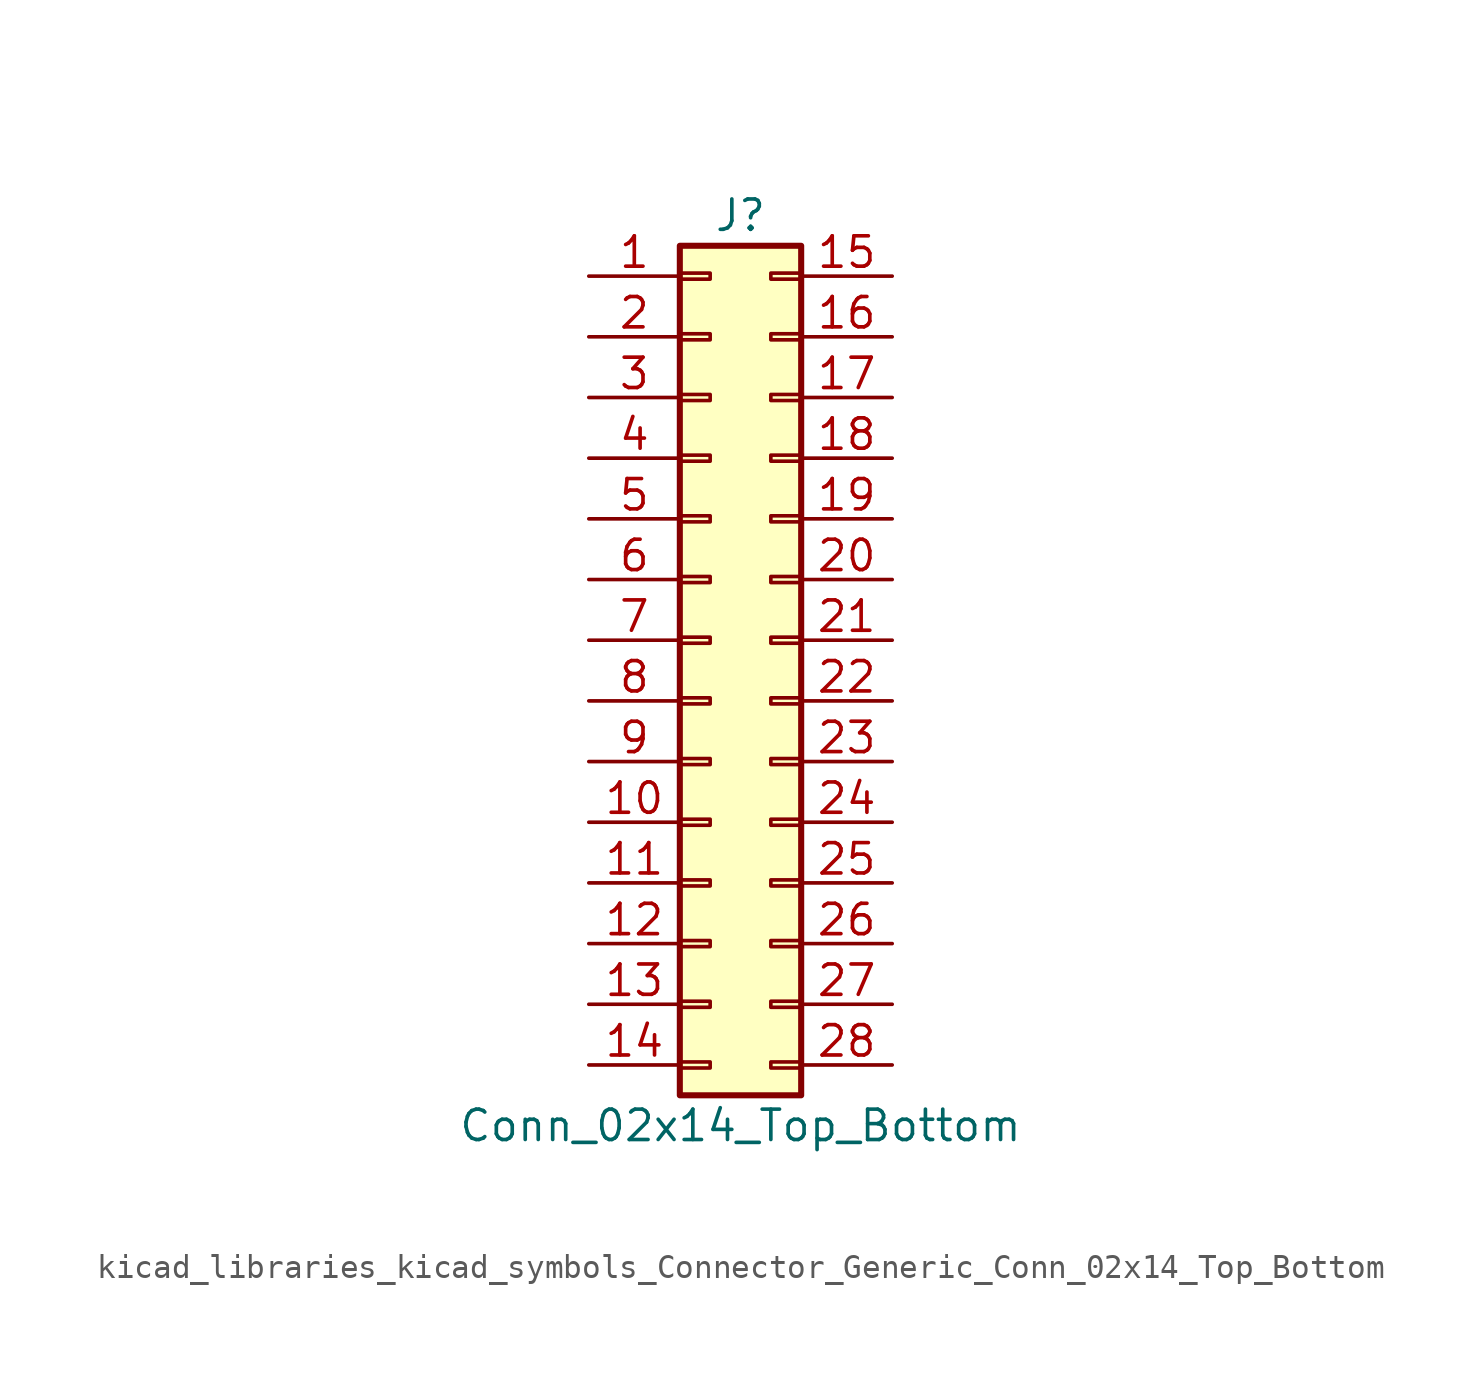
<source format=kicad_sym>
(kicad_symbol_lib
  (version 20220914)
  (generator kicad_symbol_editor)
  (symbol "kicad_libraries_kicad_symbols_Connector_Generic_Conn_02x14_Top_Bottom"
    (pin_names
      (offset 1.016) hide)
    (property "Reference" "J"
      (at 1.27 17.78 0)
      (effects (font (size 1.27 1.27))))
    (property "Value" "Conn_02x14_Top_Bottom"
      (at 1.27 -20.32 0)
      (effects (font (size 1.27 1.27))))
    (symbol "kicad_libraries_kicad_symbols_Connector_Generic_Conn_02x14_Top_Bottom_1_1"
      (rectangle (start -1.27 -17.653) (end 0 -17.907) (stroke (width 0.152) (type default)) (fill (type none)))
      (rectangle (start -1.27 -15.113) (end 0 -15.367) (stroke (width 0.152) (type default)) (fill (type none)))
      (rectangle (start -1.27 -12.573) (end 0 -12.827) (stroke (width 0.152) (type default)) (fill (type none)))
      (rectangle (start -1.27 -10.033) (end 0 -10.287) (stroke (width 0.152) (type default)) (fill (type none)))
      (rectangle (start -1.27 -7.493) (end 0 -7.747) (stroke (width 0.152) (type default)) (fill (type none)))
      (rectangle (start -1.27 -4.953) (end 0 -5.207) (stroke (width 0.152) (type default)) (fill (type none)))
      (rectangle (start -1.27 -2.413) (end 0 -2.667) (stroke (width 0.152) (type default)) (fill (type none)))
      (rectangle (start -1.27 0.127) (end 0 -0.127) (stroke (width 0.152) (type default)) (fill (type none)))
      (rectangle (start -1.27 2.667) (end 0 2.413) (stroke (width 0.152) (type default)) (fill (type none)))
      (rectangle (start -1.27 5.207) (end 0 4.953) (stroke (width 0.152) (type default)) (fill (type none)))
      (rectangle (start -1.27 7.747) (end 0 7.493) (stroke (width 0.152) (type default)) (fill (type none)))
      (rectangle (start -1.27 10.287) (end 0 10.033) (stroke (width 0.152) (type default)) (fill (type none)))
      (rectangle (start -1.27 12.827) (end 0 12.573) (stroke (width 0.152) (type default)) (fill (type none)))
      (rectangle (start -1.27 15.367) (end 0 15.113) (stroke (width 0.152) (type default)) (fill (type none)))
      (rectangle (start -1.27 16.51) (end 3.81 -19.05) (stroke (width 0.254) (type default)) (fill (type background)))
      (rectangle (start 3.81 -17.653) (end 2.54 -17.907) (stroke (width 0.152) (type default)) (fill (type none)))
      (rectangle (start 3.81 -15.113) (end 2.54 -15.367) (stroke (width 0.152) (type default)) (fill (type none)))
      (rectangle (start 3.81 -12.573) (end 2.54 -12.827) (stroke (width 0.152) (type default)) (fill (type none)))
      (rectangle (start 3.81 -10.033) (end 2.54 -10.287) (stroke (width 0.152) (type default)) (fill (type none)))
      (rectangle (start 3.81 -7.493) (end 2.54 -7.747) (stroke (width 0.152) (type default)) (fill (type none)))
      (rectangle (start 3.81 -4.953) (end 2.54 -5.207) (stroke (width 0.152) (type default)) (fill (type none)))
      (rectangle (start 3.81 -2.413) (end 2.54 -2.667) (stroke (width 0.152) (type default)) (fill (type none)))
      (rectangle (start 3.81 0.127) (end 2.54 -0.127) (stroke (width 0.152) (type default)) (fill (type none)))
      (rectangle (start 3.81 2.667) (end 2.54 2.413) (stroke (width 0.152) (type default)) (fill (type none)))
      (rectangle (start 3.81 5.207) (end 2.54 4.953) (stroke (width 0.152) (type default)) (fill (type none)))
      (rectangle (start 3.81 7.747) (end 2.54 7.493) (stroke (width 0.152) (type default)) (fill (type none)))
      (rectangle (start 3.81 10.287) (end 2.54 10.033) (stroke (width 0.152) (type default)) (fill (type none)))
      (rectangle (start 3.81 12.827) (end 2.54 12.573) (stroke (width 0.152) (type default)) (fill (type none)))
      (rectangle (start 3.81 15.367) (end 2.54 15.113) (stroke (width 0.152) (type default)) (fill (type none)))
      (pin passive line (at -5.08 15.24 0) (length 3.81) (name "Pin_1" (effects (font (size 1.27 1.27)))) (number "1" (effects (font (size 1.27 1.27)))))
      (pin passive line (at -5.08 -7.62 0) (length 3.81) (name "Pin_10" (effects (font (size 1.27 1.27)))) (number "10" (effects (font (size 1.27 1.27)))))
      (pin passive line (at -5.08 -10.16 0) (length 3.81) (name "Pin_11" (effects (font (size 1.27 1.27)))) (number "11" (effects (font (size 1.27 1.27)))))
      (pin passive line (at -5.08 -12.7 0) (length 3.81) (name "Pin_12" (effects (font (size 1.27 1.27)))) (number "12" (effects (font (size 1.27 1.27)))))
      (pin passive line (at -5.08 -15.24 0) (length 3.81) (name "Pin_13" (effects (font (size 1.27 1.27)))) (number "13" (effects (font (size 1.27 1.27)))))
      (pin passive line (at -5.08 -17.78 0) (length 3.81) (name "Pin_14" (effects (font (size 1.27 1.27)))) (number "14" (effects (font (size 1.27 1.27)))))
      (pin passive line (at 7.62 15.24 180) (length 3.81) (name "Pin_15" (effects (font (size 1.27 1.27)))) (number "15" (effects (font (size 1.27 1.27)))))
      (pin passive line (at 7.62 12.7 180) (length 3.81) (name "Pin_16" (effects (font (size 1.27 1.27)))) (number "16" (effects (font (size 1.27 1.27)))))
      (pin passive line (at 7.62 10.16 180) (length 3.81) (name "Pin_17" (effects (font (size 1.27 1.27)))) (number "17" (effects (font (size 1.27 1.27)))))
      (pin passive line (at 7.62 7.62 180) (length 3.81) (name "Pin_18" (effects (font (size 1.27 1.27)))) (number "18" (effects (font (size 1.27 1.27)))))
      (pin passive line (at 7.62 5.08 180) (length 3.81) (name "Pin_19" (effects (font (size 1.27 1.27)))) (number "19" (effects (font (size 1.27 1.27)))))
      (pin passive line (at -5.08 12.7 0) (length 3.81) (name "Pin_2" (effects (font (size 1.27 1.27)))) (number "2" (effects (font (size 1.27 1.27)))))
      (pin passive line (at 7.62 2.54 180) (length 3.81) (name "Pin_20" (effects (font (size 1.27 1.27)))) (number "20" (effects (font (size 1.27 1.27)))))
      (pin passive line (at 7.62 0 180) (length 3.81) (name "Pin_21" (effects (font (size 1.27 1.27)))) (number "21" (effects (font (size 1.27 1.27)))))
      (pin passive line (at 7.62 -2.54 180) (length 3.81) (name "Pin_22" (effects (font (size 1.27 1.27)))) (number "22" (effects (font (size 1.27 1.27)))))
      (pin passive line (at 7.62 -5.08 180) (length 3.81) (name "Pin_23" (effects (font (size 1.27 1.27)))) (number "23" (effects (font (size 1.27 1.27)))))
      (pin passive line (at 7.62 -7.62 180) (length 3.81) (name "Pin_24" (effects (font (size 1.27 1.27)))) (number "24" (effects (font (size 1.27 1.27)))))
      (pin passive line (at 7.62 -10.16 180) (length 3.81) (name "Pin_25" (effects (font (size 1.27 1.27)))) (number "25" (effects (font (size 1.27 1.27)))))
      (pin passive line (at 7.62 -12.7 180) (length 3.81) (name "Pin_26" (effects (font (size 1.27 1.27)))) (number "26" (effects (font (size 1.27 1.27)))))
      (pin passive line (at 7.62 -15.24 180) (length 3.81) (name "Pin_27" (effects (font (size 1.27 1.27)))) (number "27" (effects (font (size 1.27 1.27)))))
      (pin passive line (at 7.62 -17.78 180) (length 3.81) (name "Pin_28" (effects (font (size 1.27 1.27)))) (number "28" (effects (font (size 1.27 1.27)))))
      (pin passive line (at -5.08 10.16 0) (length 3.81) (name "Pin_3" (effects (font (size 1.27 1.27)))) (number "3" (effects (font (size 1.27 1.27)))))
      (pin passive line (at -5.08 7.62 0) (length 3.81) (name "Pin_4" (effects (font (size 1.27 1.27)))) (number "4" (effects (font (size 1.27 1.27)))))
      (pin passive line (at -5.08 5.08 0) (length 3.81) (name "Pin_5" (effects (font (size 1.27 1.27)))) (number "5" (effects (font (size 1.27 1.27)))))
      (pin passive line (at -5.08 2.54 0) (length 3.81) (name "Pin_6" (effects (font (size 1.27 1.27)))) (number "6" (effects (font (size 1.27 1.27)))))
      (pin passive line (at -5.08 0 0) (length 3.81) (name "Pin_7" (effects (font (size 1.27 1.27)))) (number "7" (effects (font (size 1.27 1.27)))))
      (pin passive line (at -5.08 -2.54 0) (length 3.81) (name "Pin_8" (effects (font (size 1.27 1.27)))) (number "8" (effects (font (size 1.27 1.27)))))
      (pin passive line (at -5.08 -5.08 0) (length 3.81) (name "Pin_9" (effects (font (size 1.27 1.27)))) (number "9" (effects (font (size 1.27 1.27))))))))
</source>
